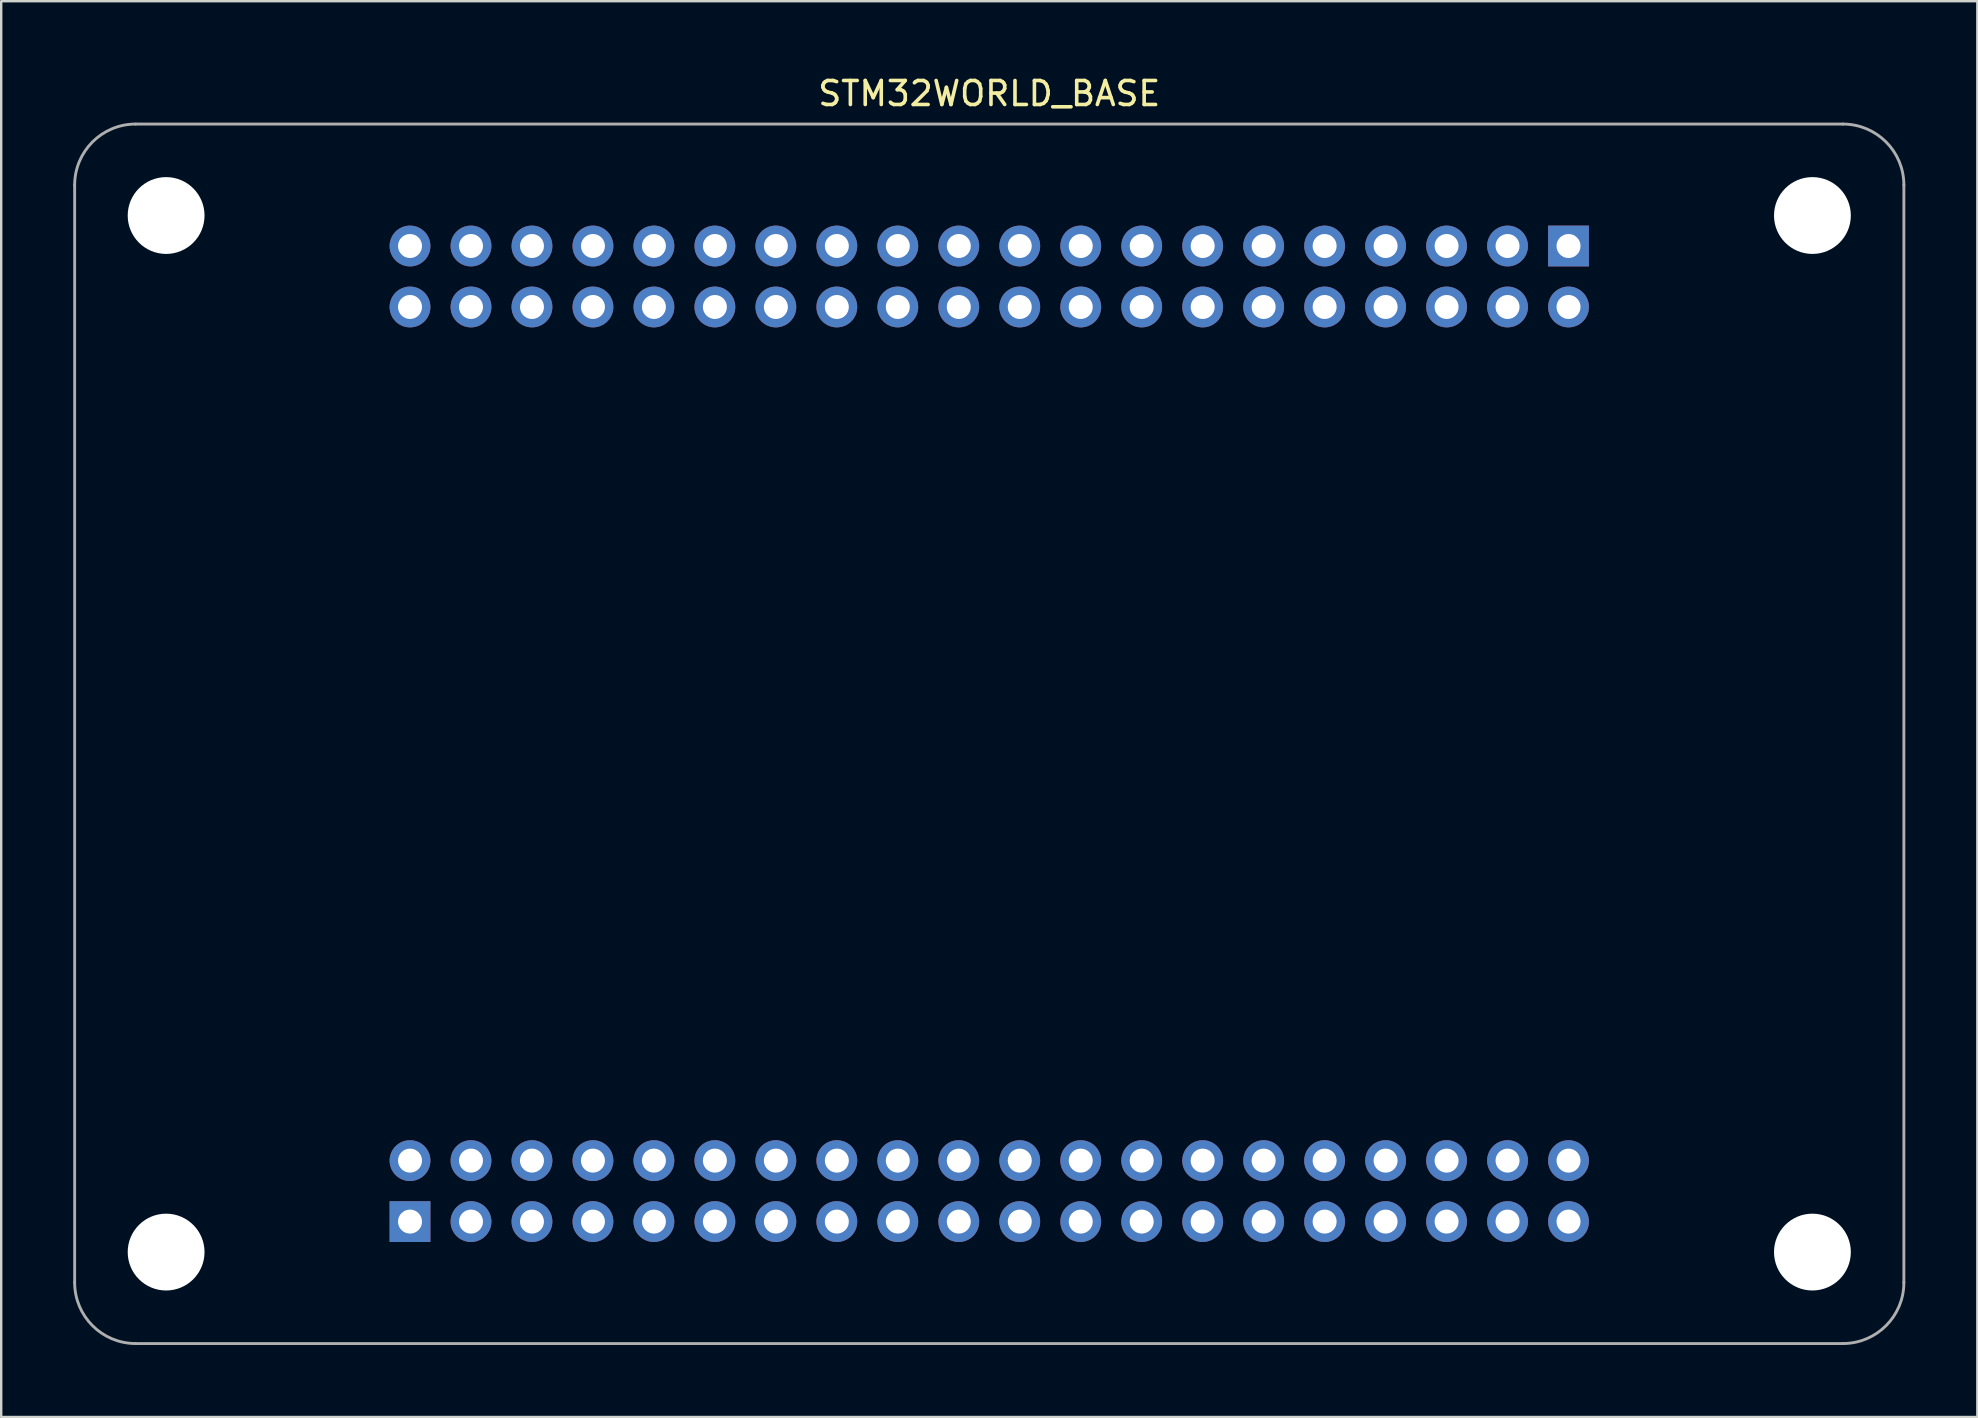
<source format=kicad_pcb>
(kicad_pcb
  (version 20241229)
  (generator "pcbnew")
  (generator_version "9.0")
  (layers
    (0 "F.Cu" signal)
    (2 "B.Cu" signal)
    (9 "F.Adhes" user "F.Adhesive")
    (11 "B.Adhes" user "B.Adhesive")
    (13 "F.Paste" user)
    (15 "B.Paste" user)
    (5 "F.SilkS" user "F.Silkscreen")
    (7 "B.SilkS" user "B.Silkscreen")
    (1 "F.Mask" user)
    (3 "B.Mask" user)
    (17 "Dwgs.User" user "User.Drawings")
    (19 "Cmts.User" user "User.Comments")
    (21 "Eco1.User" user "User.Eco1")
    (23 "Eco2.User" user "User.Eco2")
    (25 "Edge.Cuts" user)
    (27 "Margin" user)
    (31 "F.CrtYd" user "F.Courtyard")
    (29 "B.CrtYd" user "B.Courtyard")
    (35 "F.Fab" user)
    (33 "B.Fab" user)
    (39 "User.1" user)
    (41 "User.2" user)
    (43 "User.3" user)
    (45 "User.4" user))
  (footprint "STM32WORLD_BASE"
    (layer "F.Cu")
    (at 38.16 27.518)
    (property "Reference" "STM32WORLD_BASE" (at 0 -26.67 0) (layer "F.SilkS") (effects (font (size 1 1) (thickness 0.15))))
    (attr through_hole)
    (fp_line (start -38.1 -22.86) (end -38.1 22.86) (stroke (width 0.12) (type solid)) (layer "F.Fab"))
    (fp_line (start -35.56 25.4) (end 35.56 25.4) (stroke (width 0.12) (type solid)) (layer "F.Fab"))
    (fp_line (start 35.56 -25.4) (end -35.56 -25.4) (stroke (width 0.12) (type solid)) (layer "F.Fab"))
    (fp_line (start 38.1 22.86) (end 38.1 -22.86) (stroke (width 0.12) (type solid)) (layer "F.Fab"))
    (fp_arc (start -38.1 -22.86) (mid -37.356051 -24.656051) (end -35.56 -25.4) (stroke (width 0.12) (type solid)) (layer "F.Fab"))
    (fp_arc (start -35.56 25.4) (mid -37.356051 24.656051) (end -38.1 22.86) (stroke (width 0.12) (type solid)) (layer "F.Fab"))
    (fp_arc (start 35.56 -25.4) (mid 37.356051 -24.656051) (end 38.1 -22.86) (stroke (width 0.12) (type solid)) (layer "F.Fab"))
    (fp_arc (start 38.1 22.86) (mid 37.356051 24.656051) (end 35.56 25.4) (stroke (width 0.12) (type solid)) (layer "F.Fab"))
    (pad "" np_thru_hole circle (at -34.29 -21.59) (size 3.2 3.2) (drill 3.2) (layers "*.Cu" "*.Mask"))
    (pad "" np_thru_hole circle (at -34.29 21.59) (size 3.2 3.2) (drill 3.2) (layers "*.Cu" "*.Mask"))
    (pad "" np_thru_hole circle (at 34.29 -21.59) (size 3.2 3.2) (drill 3.2) (layers "*.Cu" "*.Mask"))
    (pad "" np_thru_hole circle (at 34.29 21.59) (size 3.2 3.2) (drill 3.2) (layers "*.Cu" "*.Mask"))
    (pad "1" thru_hole rect (at -24.13 20.32) (size 1.7 1.7) (drill 1) (layers "*.Cu" "*.Mask"))
    (pad "2" thru_hole circle (at -24.13 17.78) (size 1.7 1.7) (drill 1) (layers "*.Cu" "*.Mask"))
    (pad "3" thru_hole circle (at -21.59 20.32) (size 1.7 1.7) (drill 1) (layers "*.Cu" "*.Mask"))
    (pad "4" thru_hole circle (at -21.59 17.78) (size 1.7 1.7) (drill 1) (layers "*.Cu" "*.Mask"))
    (pad "5" thru_hole circle (at -19.05 20.32) (size 1.7 1.7) (drill 1) (layers "*.Cu" "*.Mask"))
    (pad "6" thru_hole circle (at -19.05 17.78) (size 1.7 1.7) (drill 1) (layers "*.Cu" "*.Mask"))
    (pad "7" thru_hole circle (at -16.51 20.32) (size 1.7 1.7) (drill 1) (layers "*.Cu" "*.Mask"))
    (pad "8" thru_hole circle (at -16.51 17.78) (size 1.7 1.7) (drill 1) (layers "*.Cu" "*.Mask"))
    (pad "9" thru_hole circle (at -13.97 20.32) (size 1.7 1.7) (drill 1) (layers "*.Cu" "*.Mask"))
    (pad "10" thru_hole circle (at -13.97 17.78) (size 1.7 1.7) (drill 1) (layers "*.Cu" "*.Mask"))
    (pad "11" thru_hole circle (at -11.43 20.32) (size 1.7 1.7) (drill 1) (layers "*.Cu" "*.Mask"))
    (pad "12" thru_hole circle (at -11.43 17.78) (size 1.7 1.7) (drill 1) (layers "*.Cu" "*.Mask"))
    (pad "13" thru_hole circle (at -8.89 20.32) (size 1.7 1.7) (drill 1) (layers "*.Cu" "*.Mask"))
    (pad "14" thru_hole circle (at -8.89 17.78) (size 1.7 1.7) (drill 1) (layers "*.Cu" "*.Mask"))
    (pad "15" thru_hole circle (at -6.35 20.32) (size 1.7 1.7) (drill 1) (layers "*.Cu" "*.Mask"))
    (pad "16" thru_hole circle (at -6.35 17.78) (size 1.7 1.7) (drill 1) (layers "*.Cu" "*.Mask"))
    (pad "17" thru_hole circle (at -3.81 20.32) (size 1.7 1.7) (drill 1) (layers "*.Cu" "*.Mask"))
    (pad "18" thru_hole circle (at -3.81 17.78) (size 1.7 1.7) (drill 1) (layers "*.Cu" "*.Mask"))
    (pad "19" thru_hole circle (at -1.27 20.32) (size 1.7 1.7) (drill 1) (layers "*.Cu" "*.Mask"))
    (pad "20" thru_hole circle (at -1.27 17.78) (size 1.7 1.7) (drill 1) (layers "*.Cu" "*.Mask"))
    (pad "21" thru_hole circle (at 1.27 20.32) (size 1.7 1.7) (drill 1) (layers "*.Cu" "*.Mask"))
    (pad "22" thru_hole circle (at 1.27 17.78) (size 1.7 1.7) (drill 1) (layers "*.Cu" "*.Mask"))
    (pad "23" thru_hole circle (at 3.81 20.32) (size 1.7 1.7) (drill 1) (layers "*.Cu" "*.Mask"))
    (pad "24" thru_hole circle (at 3.81 17.78) (size 1.7 1.7) (drill 1) (layers "*.Cu" "*.Mask"))
    (pad "25" thru_hole circle (at 6.35 20.32) (size 1.7 1.7) (drill 1) (layers "*.Cu" "*.Mask"))
    (pad "26" thru_hole circle (at 6.35 17.78) (size 1.7 1.7) (drill 1) (layers "*.Cu" "*.Mask"))
    (pad "27" thru_hole circle (at 8.89 20.32) (size 1.7 1.7) (drill 1) (layers "*.Cu" "*.Mask"))
    (pad "28" thru_hole circle (at 8.89 17.78) (size 1.7 1.7) (drill 1) (layers "*.Cu" "*.Mask"))
    (pad "29" thru_hole circle (at 11.43 20.32) (size 1.7 1.7) (drill 1) (layers "*.Cu" "*.Mask"))
    (pad "30" thru_hole circle (at 11.43 17.78) (size 1.7 1.7) (drill 1) (layers "*.Cu" "*.Mask"))
    (pad "31" thru_hole circle (at 13.97 20.32) (size 1.7 1.7) (drill 1) (layers "*.Cu" "*.Mask"))
    (pad "32" thru_hole circle (at 13.97 17.78) (size 1.7 1.7) (drill 1) (layers "*.Cu" "*.Mask"))
    (pad "33" thru_hole circle (at 16.51 20.32) (size 1.7 1.7) (drill 1) (layers "*.Cu" "*.Mask"))
    (pad "34" thru_hole circle (at 16.51 17.78) (size 1.7 1.7) (drill 1) (layers "*.Cu" "*.Mask"))
    (pad "35" thru_hole circle (at 19.05 20.32) (size 1.7 1.7) (drill 1) (layers "*.Cu" "*.Mask"))
    (pad "36" thru_hole circle (at 19.05 17.78) (size 1.7 1.7) (drill 1) (layers "*.Cu" "*.Mask"))
    (pad "37" thru_hole circle (at 21.59 20.32) (size 1.7 1.7) (drill 1) (layers "*.Cu" "*.Mask"))
    (pad "38" thru_hole circle (at 21.59 17.78) (size 1.7 1.7) (drill 1) (layers "*.Cu" "*.Mask"))
    (pad "39" thru_hole circle (at 24.13 20.32) (size 1.7 1.7) (drill 1) (layers "*.Cu" "*.Mask"))
    (pad "40" thru_hole circle (at 24.13 17.78) (size 1.7 1.7) (drill 1) (layers "*.Cu" "*.Mask"))
    (pad "41" thru_hole rect (at 24.13 -20.32) (size 1.7 1.7) (drill 1) (layers "*.Cu" "*.Mask"))
    (pad "42" thru_hole circle (at 24.13 -17.78) (size 1.7 1.7) (drill 1) (layers "*.Cu" "*.Mask"))
    (pad "43" thru_hole circle (at 21.59 -20.32) (size 1.7 1.7) (drill 1) (layers "*.Cu" "*.Mask"))
    (pad "44" thru_hole circle (at 21.59 -17.78) (size 1.7 1.7) (drill 1) (layers "*.Cu" "*.Mask"))
    (pad "45" thru_hole circle (at 19.05 -20.32) (size 1.7 1.7) (drill 1) (layers "*.Cu" "*.Mask"))
    (pad "46" thru_hole circle (at 19.05 -17.78) (size 1.7 1.7) (drill 1) (layers "*.Cu" "*.Mask"))
    (pad "47" thru_hole circle (at 16.51 -20.32) (size 1.7 1.7) (drill 1) (layers "*.Cu" "*.Mask"))
    (pad "48" thru_hole circle (at 16.51 -17.78) (size 1.7 1.7) (drill 1) (layers "*.Cu" "*.Mask"))
    (pad "49" thru_hole circle (at 13.97 -20.32) (size 1.7 1.7) (drill 1) (layers "*.Cu" "*.Mask"))
    (pad "50" thru_hole circle (at 13.97 -17.78) (size 1.7 1.7) (drill 1) (layers "*.Cu" "*.Mask"))
    (pad "51" thru_hole circle (at 11.43 -20.32) (size 1.7 1.7) (drill 1) (layers "*.Cu" "*.Mask"))
    (pad "52" thru_hole circle (at 11.43 -17.78) (size 1.7 1.7) (drill 1) (layers "*.Cu" "*.Mask"))
    (pad "53" thru_hole circle (at 8.89 -20.32) (size 1.7 1.7) (drill 1) (layers "*.Cu" "*.Mask"))
    (pad "54" thru_hole circle (at 8.89 -17.78) (size 1.7 1.7) (drill 1) (layers "*.Cu" "*.Mask"))
    (pad "55" thru_hole circle (at 6.35 -20.32) (size 1.7 1.7) (drill 1) (layers "*.Cu" "*.Mask"))
    (pad "56" thru_hole circle (at 6.35 -17.78) (size 1.7 1.7) (drill 1) (layers "*.Cu" "*.Mask"))
    (pad "57" thru_hole circle (at 3.81 -20.32) (size 1.7 1.7) (drill 1) (layers "*.Cu" "*.Mask"))
    (pad "58" thru_hole circle (at 3.81 -17.78) (size 1.7 1.7) (drill 1) (layers "*.Cu" "*.Mask"))
    (pad "59" thru_hole circle (at 1.27 -20.32) (size 1.7 1.7) (drill 1) (layers "*.Cu" "*.Mask"))
    (pad "60" thru_hole circle (at 1.27 -17.78) (size 1.7 1.7) (drill 1) (layers "*.Cu" "*.Mask"))
    (pad "61" thru_hole circle (at -1.27 -20.32) (size 1.7 1.7) (drill 1) (layers "*.Cu" "*.Mask"))
    (pad "62" thru_hole circle (at -1.27 -17.78) (size 1.7 1.7) (drill 1) (layers "*.Cu" "*.Mask"))
    (pad "63" thru_hole circle (at -3.81 -20.32) (size 1.7 1.7) (drill 1) (layers "*.Cu" "*.Mask"))
    (pad "64" thru_hole circle (at -3.81 -17.78) (size 1.7 1.7) (drill 1) (layers "*.Cu" "*.Mask"))
    (pad "65" thru_hole circle (at -6.35 -20.32) (size 1.7 1.7) (drill 1) (layers "*.Cu" "*.Mask"))
    (pad "66" thru_hole circle (at -6.35 -17.78) (size 1.7 1.7) (drill 1) (layers "*.Cu" "*.Mask"))
    (pad "67" thru_hole circle (at -8.89 -20.32) (size 1.7 1.7) (drill 1) (layers "*.Cu" "*.Mask"))
    (pad "68" thru_hole circle (at -8.89 -17.78) (size 1.7 1.7) (drill 1) (layers "*.Cu" "*.Mask"))
    (pad "69" thru_hole circle (at -11.43 -20.32) (size 1.7 1.7) (drill 1) (layers "*.Cu" "*.Mask"))
    (pad "70" thru_hole circle (at -11.43 -17.78) (size 1.7 1.7) (drill 1) (layers "*.Cu" "*.Mask"))
    (pad "71" thru_hole circle (at -13.97 -20.32) (size 1.7 1.7) (drill 1) (layers "*.Cu" "*.Mask"))
    (pad "72" thru_hole circle (at -13.97 -17.78) (size 1.7 1.7) (drill 1) (layers "*.Cu" "*.Mask"))
    (pad "73" thru_hole circle (at -16.51 -20.32) (size 1.7 1.7) (drill 1) (layers "*.Cu" "*.Mask"))
    (pad "74" thru_hole circle (at -16.51 -17.78) (size 1.7 1.7) (drill 1) (layers "*.Cu" "*.Mask"))
    (pad "75" thru_hole circle (at -19.05 -20.32) (size 1.7 1.7) (drill 1) (layers "*.Cu" "*.Mask"))
    (pad "76" thru_hole circle (at -19.05 -17.78) (size 1.7 1.7) (drill 1) (layers "*.Cu" "*.Mask"))
    (pad "77" thru_hole circle (at -21.59 -20.32) (size 1.7 1.7) (drill 1) (layers "*.Cu" "*.Mask"))
    (pad "78" thru_hole circle (at -21.59 -17.78) (size 1.7 1.7) (drill 1) (layers "*.Cu" "*.Mask"))
    (pad "79" thru_hole circle (at -24.13 -20.32) (size 1.7 1.7) (drill 1) (layers "*.Cu" "*.Mask"))
    (pad "80" thru_hole circle (at -24.13 -17.78) (size 1.7 1.7) (drill 1) (layers "*.Cu" "*.Mask")))
  (gr_rect
    (start -3 -3)
    (end 79.32 55.978)
    (stroke (width 0.1) (type default))
    (fill no)
    (layer "Edge.Cuts")))
</source>
